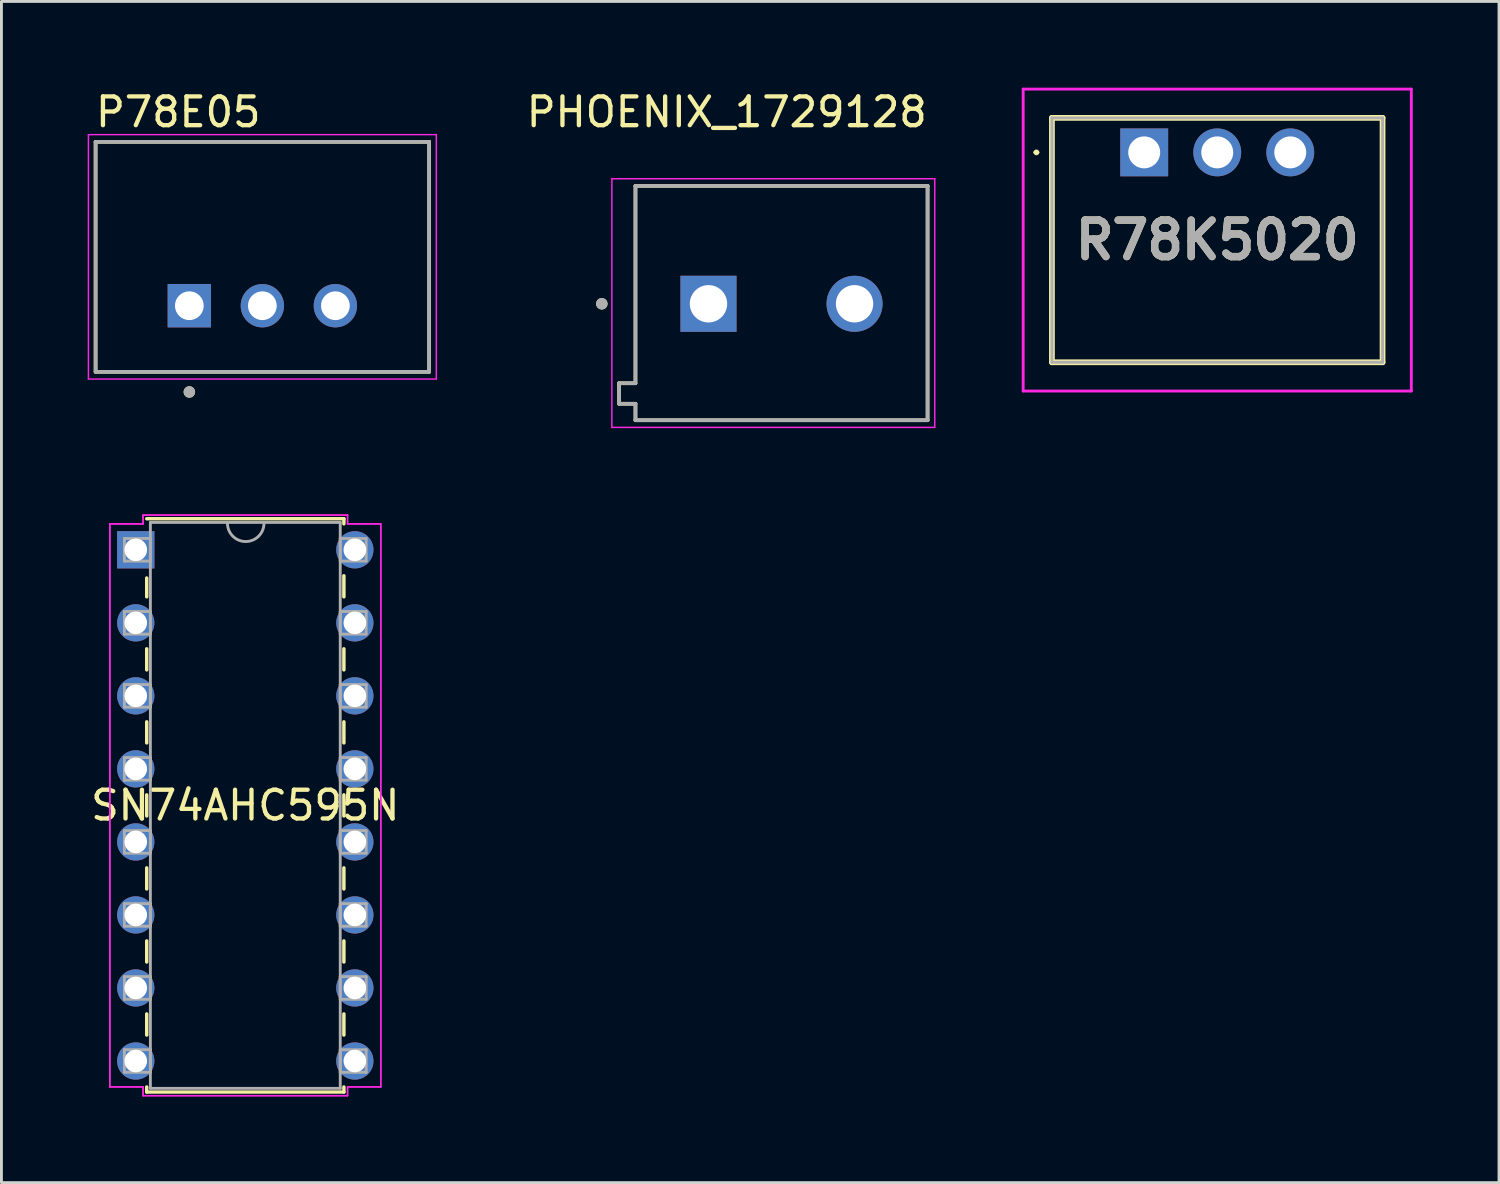
<source format=kicad_pcb>
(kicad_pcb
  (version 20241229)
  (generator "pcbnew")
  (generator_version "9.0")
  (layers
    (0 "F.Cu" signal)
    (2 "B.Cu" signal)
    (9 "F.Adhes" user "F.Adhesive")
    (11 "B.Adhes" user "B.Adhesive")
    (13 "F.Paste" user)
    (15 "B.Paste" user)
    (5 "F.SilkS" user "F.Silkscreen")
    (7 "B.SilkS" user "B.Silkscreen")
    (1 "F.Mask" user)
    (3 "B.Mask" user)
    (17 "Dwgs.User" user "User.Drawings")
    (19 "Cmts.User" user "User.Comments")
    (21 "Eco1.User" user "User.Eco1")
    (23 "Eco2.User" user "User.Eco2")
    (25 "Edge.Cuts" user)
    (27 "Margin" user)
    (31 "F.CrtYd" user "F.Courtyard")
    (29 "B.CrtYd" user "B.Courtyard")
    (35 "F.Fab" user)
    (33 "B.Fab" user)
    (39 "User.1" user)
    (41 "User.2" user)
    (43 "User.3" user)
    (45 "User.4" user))
  (footprint "P78E05"
    (layer "F.Cu")
    (at 6.075 7.583)
    (property "Reference" "P78E05" (at -2.925 -6.735 0) (layer "F.SilkS") (effects (font (size 1 1) (thickness 0.15))))
    (attr through_hole)
    (fp_line (start -5.8 -5.7) (end 5.8 -5.7) (stroke (width 0.127) (type solid)) (layer "F.SilkS"))
    (fp_line (start -5.8 2.3) (end -5.8 -5.7) (stroke (width 0.127) (type solid)) (layer "F.SilkS"))
    (fp_line (start 5.8 -5.7) (end 5.8 2.3) (stroke (width 0.127) (type solid)) (layer "F.SilkS"))
    (fp_line (start 5.8 2.3) (end -5.8 2.3) (stroke (width 0.127) (type solid)) (layer "F.SilkS"))
    (fp_circle (center -2.54 3) (end -2.44 3) (stroke (width 0.2) (type solid)) (fill no) (layer "F.SilkS"))
    (fp_line (start -6.05 -5.95) (end 6.05 -5.95) (stroke (width 0.05) (type solid)) (layer "F.CrtYd"))
    (fp_line (start -6.05 2.55) (end -6.05 -5.95) (stroke (width 0.05) (type solid)) (layer "F.CrtYd"))
    (fp_line (start 6.05 -5.95) (end 6.05 2.55) (stroke (width 0.05) (type solid)) (layer "F.CrtYd"))
    (fp_line (start 6.05 2.55) (end -6.05 2.55) (stroke (width 0.05) (type solid)) (layer "F.CrtYd"))
    (fp_line (start -5.8 -5.7) (end 5.8 -5.7) (stroke (width 0.127) (type solid)) (layer "F.Fab"))
    (fp_line (start -5.8 2.3) (end -5.8 -5.7) (stroke (width 0.127) (type solid)) (layer "F.Fab"))
    (fp_line (start 5.8 -5.7) (end 5.8 2.3) (stroke (width 0.127) (type solid)) (layer "F.Fab"))
    (fp_line (start 5.8 2.3) (end -5.8 2.3) (stroke (width 0.127) (type solid)) (layer "F.Fab"))
    (fp_circle (center -2.54 3) (end -2.44 3) (stroke (width 0.2) (type solid)) (fill no) (layer "F.Fab"))
    (pad "1" thru_hole rect (at -2.54 0) (size 1.508 1.508) (drill 1) (layers "*.Cu" "*.Mask"))
    (pad "2" thru_hole circle (at 0 0) (size 1.508 1.508) (drill 1) (layers "*.Cu" "*.Mask"))
    (pad "3" thru_hole circle (at 2.54 0) (size 1.508 1.508) (drill 1) (layers "*.Cu" "*.Mask")))
  (footprint "SN74AHC595N"
    (layer "F.Cu")
    (at 5.482 15.12)
    (property "Reference" "SN74AHC595N" (at 0 9.842 0) (layer "F.SilkS") (effects (font (size 1 1) (thickness 0.15))))
    (attr through_hole)
    (fp_line (start -3.429 1.933) (end -3.429 2.589) (stroke (width 0.12) (type solid)) (layer "F.SilkS"))
    (fp_line (start -3.429 4.396) (end -3.429 5.129) (stroke (width 0.12) (type solid)) (layer "F.SilkS"))
    (fp_line (start -3.429 6.936) (end -3.429 7.669) (stroke (width 0.12) (type solid)) (layer "F.SilkS"))
    (fp_line (start -3.429 9.476) (end -3.429 10.209) (stroke (width 0.12) (type solid)) (layer "F.SilkS"))
    (fp_line (start -3.429 12.016) (end -3.429 12.749) (stroke (width 0.12) (type solid)) (layer "F.SilkS"))
    (fp_line (start -3.429 14.556) (end -3.429 15.289) (stroke (width 0.12) (type solid)) (layer "F.SilkS"))
    (fp_line (start -3.429 17.096) (end -3.429 17.829) (stroke (width 0.12) (type solid)) (layer "F.SilkS"))
    (fp_line (start -3.429 19.636) (end -3.429 19.812) (stroke (width 0.12) (type solid)) (layer "F.SilkS"))
    (fp_line (start -3.429 19.812) (end 3.429 19.812) (stroke (width 0.12) (type solid)) (layer "F.SilkS"))
    (fp_line (start 3.429 -0.127) (end -3.429 -0.127) (stroke (width 0.12) (type solid)) (layer "F.SilkS"))
    (fp_line (start 3.429 0.049) (end 3.429 -0.127) (stroke (width 0.12) (type solid)) (layer "F.SilkS"))
    (fp_line (start 3.429 2.589) (end 3.429 1.856) (stroke (width 0.12) (type solid)) (layer "F.SilkS"))
    (fp_line (start 3.429 5.129) (end 3.429 4.396) (stroke (width 0.12) (type solid)) (layer "F.SilkS"))
    (fp_line (start 3.429 7.669) (end 3.429 6.936) (stroke (width 0.12) (type solid)) (layer "F.SilkS"))
    (fp_line (start 3.429 10.209) (end 3.429 9.476) (stroke (width 0.12) (type solid)) (layer "F.SilkS"))
    (fp_line (start 3.429 12.749) (end 3.429 12.016) (stroke (width 0.12) (type solid)) (layer "F.SilkS"))
    (fp_line (start 3.429 15.289) (end 3.429 14.556) (stroke (width 0.12) (type solid)) (layer "F.SilkS"))
    (fp_line (start 3.429 17.829) (end 3.429 17.096) (stroke (width 0.12) (type solid)) (layer "F.SilkS"))
    (fp_line (start 3.429 19.812) (end 3.429 19.636) (stroke (width 0.12) (type solid)) (layer "F.SilkS"))
    (fp_line (start -4.712 0.051) (end -4.712 19.634) (stroke (width 0.05) (type solid)) (layer "F.CrtYd"))
    (fp_line (start -4.712 0.051) (end -3.556 0.051) (stroke (width 0.05) (type solid)) (layer "F.CrtYd"))
    (fp_line (start -4.712 19.634) (end -4.712 0.051) (stroke (width 0.05) (type solid)) (layer "F.CrtYd"))
    (fp_line (start -4.712 19.634) (end -3.556 19.634) (stroke (width 0.05) (type solid)) (layer "F.CrtYd"))
    (fp_line (start -3.556 -0.254) (end -3.556 0.051) (stroke (width 0.05) (type solid)) (layer "F.CrtYd"))
    (fp_line (start -3.556 -0.254) (end 3.556 -0.254) (stroke (width 0.05) (type solid)) (layer "F.CrtYd"))
    (fp_line (start -3.556 0.051) (end -4.712 0.051) (stroke (width 0.05) (type solid)) (layer "F.CrtYd"))
    (fp_line (start -3.556 0.051) (end -3.556 -0.254) (stroke (width 0.05) (type solid)) (layer "F.CrtYd"))
    (fp_line (start -3.556 19.634) (end -4.712 19.634) (stroke (width 0.05) (type solid)) (layer "F.CrtYd"))
    (fp_line (start -3.556 19.634) (end -3.556 19.939) (stroke (width 0.05) (type solid)) (layer "F.CrtYd"))
    (fp_line (start -3.556 19.939) (end -3.556 19.634) (stroke (width 0.05) (type solid)) (layer "F.CrtYd"))
    (fp_line (start -3.556 19.939) (end 3.556 19.939) (stroke (width 0.05) (type solid)) (layer "F.CrtYd"))
    (fp_line (start 3.556 -0.254) (end -3.556 -0.254) (stroke (width 0.05) (type solid)) (layer "F.CrtYd"))
    (fp_line (start 3.556 -0.254) (end 3.556 0.051) (stroke (width 0.05) (type solid)) (layer "F.CrtYd"))
    (fp_line (start 3.556 0.051) (end 3.556 -0.254) (stroke (width 0.05) (type solid)) (layer "F.CrtYd"))
    (fp_line (start 3.556 19.634) (end 3.556 19.939) (stroke (width 0.05) (type solid)) (layer "F.CrtYd"))
    (fp_line (start 3.556 19.634) (end 4.712 19.634) (stroke (width 0.05) (type solid)) (layer "F.CrtYd"))
    (fp_line (start 3.556 19.939) (end -3.556 19.939) (stroke (width 0.05) (type solid)) (layer "F.CrtYd"))
    (fp_line (start 3.556 19.939) (end 3.556 19.634) (stroke (width 0.05) (type solid)) (layer "F.CrtYd"))
    (fp_line (start 4.712 0.051) (end 3.556 0.051) (stroke (width 0.05) (type solid)) (layer "F.CrtYd"))
    (fp_line (start 4.712 0.051) (end 3.556 0.051) (stroke (width 0.05) (type solid)) (layer "F.CrtYd"))
    (fp_line (start 4.712 0.051) (end 4.712 19.634) (stroke (width 0.05) (type solid)) (layer "F.CrtYd"))
    (fp_line (start 4.712 19.634) (end 3.556 19.634) (stroke (width 0.05) (type solid)) (layer "F.CrtYd"))
    (fp_line (start 4.712 19.634) (end 4.712 0.051) (stroke (width 0.05) (type solid)) (layer "F.CrtYd"))
    (fp_line (start -4.204 0.559) (end -4.204 1.346) (stroke (width 0.1) (type solid)) (layer "F.Fab"))
    (fp_line (start -4.204 1.346) (end -3.302 1.346) (stroke (width 0.1) (type solid)) (layer "F.Fab"))
    (fp_line (start -4.204 3.099) (end -4.204 3.886) (stroke (width 0.1) (type solid)) (layer "F.Fab"))
    (fp_line (start -4.204 3.886) (end -3.302 3.886) (stroke (width 0.1) (type solid)) (layer "F.Fab"))
    (fp_line (start -4.204 5.639) (end -4.204 6.426) (stroke (width 0.1) (type solid)) (layer "F.Fab"))
    (fp_line (start -4.204 6.426) (end -3.302 6.426) (stroke (width 0.1) (type solid)) (layer "F.Fab"))
    (fp_line (start -4.204 8.179) (end -4.204 8.966) (stroke (width 0.1) (type solid)) (layer "F.Fab"))
    (fp_line (start -4.204 8.966) (end -3.302 8.966) (stroke (width 0.1) (type solid)) (layer "F.Fab"))
    (fp_line (start -4.204 10.719) (end -4.204 11.506) (stroke (width 0.1) (type solid)) (layer "F.Fab"))
    (fp_line (start -4.204 11.506) (end -3.302 11.506) (stroke (width 0.1) (type solid)) (layer "F.Fab"))
    (fp_line (start -4.204 13.259) (end -4.204 14.046) (stroke (width 0.1) (type solid)) (layer "F.Fab"))
    (fp_line (start -4.204 14.046) (end -3.302 14.046) (stroke (width 0.1) (type solid)) (layer "F.Fab"))
    (fp_line (start -4.204 15.799) (end -4.204 16.586) (stroke (width 0.1) (type solid)) (layer "F.Fab"))
    (fp_line (start -4.204 16.586) (end -3.302 16.586) (stroke (width 0.1) (type solid)) (layer "F.Fab"))
    (fp_line (start -4.204 18.339) (end -4.204 19.126) (stroke (width 0.1) (type solid)) (layer "F.Fab"))
    (fp_line (start -4.204 19.126) (end -3.302 19.126) (stroke (width 0.1) (type solid)) (layer "F.Fab"))
    (fp_line (start -3.302 0) (end -3.302 19.685) (stroke (width 0.1) (type solid)) (layer "F.Fab"))
    (fp_line (start -3.302 0.559) (end -4.204 0.559) (stroke (width 0.1) (type solid)) (layer "F.Fab"))
    (fp_line (start -3.302 1.346) (end -3.302 0.559) (stroke (width 0.1) (type solid)) (layer "F.Fab"))
    (fp_line (start -3.302 3.099) (end -4.204 3.099) (stroke (width 0.1) (type solid)) (layer "F.Fab"))
    (fp_line (start -3.302 3.886) (end -3.302 3.099) (stroke (width 0.1) (type solid)) (layer "F.Fab"))
    (fp_line (start -3.302 5.639) (end -4.204 5.639) (stroke (width 0.1) (type solid)) (layer "F.Fab"))
    (fp_line (start -3.302 6.426) (end -3.302 5.639) (stroke (width 0.1) (type solid)) (layer "F.Fab"))
    (fp_line (start -3.302 8.179) (end -4.204 8.179) (stroke (width 0.1) (type solid)) (layer "F.Fab"))
    (fp_line (start -3.302 8.966) (end -3.302 8.179) (stroke (width 0.1) (type solid)) (layer "F.Fab"))
    (fp_line (start -3.302 10.719) (end -4.204 10.719) (stroke (width 0.1) (type solid)) (layer "F.Fab"))
    (fp_line (start -3.302 11.506) (end -3.302 10.719) (stroke (width 0.1) (type solid)) (layer "F.Fab"))
    (fp_line (start -3.302 13.259) (end -4.204 13.259) (stroke (width 0.1) (type solid)) (layer "F.Fab"))
    (fp_line (start -3.302 14.046) (end -3.302 13.259) (stroke (width 0.1) (type solid)) (layer "F.Fab"))
    (fp_line (start -3.302 15.799) (end -4.204 15.799) (stroke (width 0.1) (type solid)) (layer "F.Fab"))
    (fp_line (start -3.302 16.586) (end -3.302 15.799) (stroke (width 0.1) (type solid)) (layer "F.Fab"))
    (fp_line (start -3.302 18.339) (end -4.204 18.339) (stroke (width 0.1) (type solid)) (layer "F.Fab"))
    (fp_line (start -3.302 19.126) (end -3.302 18.339) (stroke (width 0.1) (type solid)) (layer "F.Fab"))
    (fp_line (start -3.302 19.685) (end 3.302 19.685) (stroke (width 0.1) (type solid)) (layer "F.Fab"))
    (fp_line (start 3.302 0) (end -3.302 0) (stroke (width 0.1) (type solid)) (layer "F.Fab"))
    (fp_line (start 3.302 0.559) (end 3.302 1.346) (stroke (width 0.1) (type solid)) (layer "F.Fab"))
    (fp_line (start 3.302 1.346) (end 4.204 1.346) (stroke (width 0.1) (type solid)) (layer "F.Fab"))
    (fp_line (start 3.302 3.099) (end 3.302 3.886) (stroke (width 0.1) (type solid)) (layer "F.Fab"))
    (fp_line (start 3.302 3.886) (end 4.204 3.886) (stroke (width 0.1) (type solid)) (layer "F.Fab"))
    (fp_line (start 3.302 5.639) (end 3.302 6.426) (stroke (width 0.1) (type solid)) (layer "F.Fab"))
    (fp_line (start 3.302 6.426) (end 4.204 6.426) (stroke (width 0.1) (type solid)) (layer "F.Fab"))
    (fp_line (start 3.302 8.179) (end 3.302 8.966) (stroke (width 0.1) (type solid)) (layer "F.Fab"))
    (fp_line (start 3.302 8.966) (end 4.204 8.966) (stroke (width 0.1) (type solid)) (layer "F.Fab"))
    (fp_line (start 3.302 10.719) (end 3.302 11.506) (stroke (width 0.1) (type solid)) (layer "F.Fab"))
    (fp_line (start 3.302 11.506) (end 4.204 11.506) (stroke (width 0.1) (type solid)) (layer "F.Fab"))
    (fp_line (start 3.302 13.259) (end 3.302 14.046) (stroke (width 0.1) (type solid)) (layer "F.Fab"))
    (fp_line (start 3.302 14.046) (end 4.204 14.046) (stroke (width 0.1) (type solid)) (layer "F.Fab"))
    (fp_line (start 3.302 15.799) (end 3.302 16.586) (stroke (width 0.1) (type solid)) (layer "F.Fab"))
    (fp_line (start 3.302 16.586) (end 4.204 16.586) (stroke (width 0.1) (type solid)) (layer "F.Fab"))
    (fp_line (start 3.302 18.339) (end 3.302 19.126) (stroke (width 0.1) (type solid)) (layer "F.Fab"))
    (fp_line (start 3.302 19.126) (end 4.204 19.126) (stroke (width 0.1) (type solid)) (layer "F.Fab"))
    (fp_line (start 3.302 19.685) (end 3.302 0) (stroke (width 0.1) (type solid)) (layer "F.Fab"))
    (fp_line (start 4.204 0.559) (end 3.302 0.559) (stroke (width 0.1) (type solid)) (layer "F.Fab"))
    (fp_line (start 4.204 1.346) (end 4.204 0.559) (stroke (width 0.1) (type solid)) (layer "F.Fab"))
    (fp_line (start 4.204 3.099) (end 3.302 3.099) (stroke (width 0.1) (type solid)) (layer "F.Fab"))
    (fp_line (start 4.204 3.886) (end 4.204 3.099) (stroke (width 0.1) (type solid)) (layer "F.Fab"))
    (fp_line (start 4.204 5.639) (end 3.302 5.639) (stroke (width 0.1) (type solid)) (layer "F.Fab"))
    (fp_line (start 4.204 6.426) (end 4.204 5.639) (stroke (width 0.1) (type solid)) (layer "F.Fab"))
    (fp_line (start 4.204 8.179) (end 3.302 8.179) (stroke (width 0.1) (type solid)) (layer "F.Fab"))
    (fp_line (start 4.204 8.966) (end 4.204 8.179) (stroke (width 0.1) (type solid)) (layer "F.Fab"))
    (fp_line (start 4.204 10.719) (end 3.302 10.719) (stroke (width 0.1) (type solid)) (layer "F.Fab"))
    (fp_line (start 4.204 11.506) (end 4.204 10.719) (stroke (width 0.1) (type solid)) (layer "F.Fab"))
    (fp_line (start 4.204 13.259) (end 3.302 13.259) (stroke (width 0.1) (type solid)) (layer "F.Fab"))
    (fp_line (start 4.204 14.046) (end 4.204 13.259) (stroke (width 0.1) (type solid)) (layer "F.Fab"))
    (fp_line (start 4.204 15.799) (end 3.302 15.799) (stroke (width 0.1) (type solid)) (layer "F.Fab"))
    (fp_line (start 4.204 16.586) (end 4.204 15.799) (stroke (width 0.1) (type solid)) (layer "F.Fab"))
    (fp_line (start 4.204 18.339) (end 3.302 18.339) (stroke (width 0.1) (type solid)) (layer "F.Fab"))
    (fp_line (start 4.204 19.126) (end 4.204 18.339) (stroke (width 0.1) (type solid)) (layer "F.Fab"))
    (fp_arc (start 0.649442 0) (mid 0.014442 0.664769) (end -0.620558 0) (stroke (width 0.1) (type solid)) (layer "F.Fab"))
    (pad "1" thru_hole rect (at -3.81 0.953) (size 1.295 1.295) (drill 0.787) (layers "*.Cu" "*.Mask"))
    (pad "2" thru_hole circle (at -3.81 3.493) (size 1.295 1.295) (drill 0.787) (layers "*.Cu" "*.Mask"))
    (pad "3" thru_hole circle (at -3.81 6.032) (size 1.295 1.295) (drill 0.787) (layers "*.Cu" "*.Mask"))
    (pad "4" thru_hole circle (at -3.81 8.572) (size 1.295 1.295) (drill 0.787) (layers "*.Cu" "*.Mask"))
    (pad "5" thru_hole circle (at -3.81 11.113) (size 1.295 1.295) (drill 0.787) (layers "*.Cu" "*.Mask"))
    (pad "6" thru_hole circle (at -3.81 13.652) (size 1.295 1.295) (drill 0.787) (layers "*.Cu" "*.Mask"))
    (pad "7" thru_hole circle (at -3.81 16.192) (size 1.295 1.295) (drill 0.787) (layers "*.Cu" "*.Mask"))
    (pad "8" thru_hole circle (at -3.81 18.733) (size 1.295 1.295) (drill 0.787) (layers "*.Cu" "*.Mask"))
    (pad "9" thru_hole circle (at 3.81 18.733) (size 1.295 1.295) (drill 0.787) (layers "*.Cu" "*.Mask"))
    (pad "10" thru_hole circle (at 3.81 16.192) (size 1.295 1.295) (drill 0.787) (layers "*.Cu" "*.Mask"))
    (pad "11" thru_hole circle (at 3.81 13.652) (size 1.295 1.295) (drill 0.787) (layers "*.Cu" "*.Mask"))
    (pad "12" thru_hole circle (at 3.81 11.113) (size 1.295 1.295) (drill 0.787) (layers "*.Cu" "*.Mask"))
    (pad "13" thru_hole circle (at 3.81 8.572) (size 1.295 1.295) (drill 0.787) (layers "*.Cu" "*.Mask"))
    (pad "14" thru_hole circle (at 3.81 6.032) (size 1.295 1.295) (drill 0.787) (layers "*.Cu" "*.Mask"))
    (pad "15" thru_hole circle (at 3.81 3.493) (size 1.295 1.295) (drill 0.787) (layers "*.Cu" "*.Mask"))
    (pad "16" thru_hole circle (at 3.81 0.953) (size 1.295 1.295) (drill 0.787) (layers "*.Cu" "*.Mask")))
  (footprint "PHOENIX_1729128"
    (layer "F.Cu")
    (at 24.132 7.516)
    (property "Reference" "PHOENIX_1729128" (at -1.905 -6.668 0) (layer "F.SilkS") (effects (font (size 1 1) (thickness 0.15))))
    (attr through_hole)
    (fp_line (start -5.65 2.763) (end -5.08 2.763) (stroke (width 0.127) (type solid)) (layer "F.SilkS"))
    (fp_line (start -5.65 3.477) (end -5.65 2.763) (stroke (width 0.127) (type solid)) (layer "F.SilkS"))
    (fp_line (start -5.08 -4.1) (end 5.08 -4.1) (stroke (width 0.127) (type solid)) (layer "F.SilkS"))
    (fp_line (start -5.08 2.763) (end -5.08 -4.1) (stroke (width 0.127) (type solid)) (layer "F.SilkS"))
    (fp_line (start -5.08 3.477) (end -5.65 3.477) (stroke (width 0.127) (type solid)) (layer "F.SilkS"))
    (fp_line (start -5.08 4.05) (end -5.08 3.477) (stroke (width 0.127) (type solid)) (layer "F.SilkS"))
    (fp_line (start 5.08 -4.1) (end 5.08 4.05) (stroke (width 0.127) (type solid)) (layer "F.SilkS"))
    (fp_line (start 5.08 4.05) (end -5.08 4.05) (stroke (width 0.127) (type solid)) (layer "F.SilkS"))
    (fp_circle (center -6.25 0) (end -6.15 0) (stroke (width 0.2) (type solid)) (fill no) (layer "F.SilkS"))
    (fp_line (start -5.9 -4.35) (end -5.9 4.3) (stroke (width 0.05) (type solid)) (layer "F.CrtYd"))
    (fp_line (start -5.9 4.3) (end 5.33 4.3) (stroke (width 0.05) (type solid)) (layer "F.CrtYd"))
    (fp_line (start 5.33 -4.35) (end -5.9 -4.35) (stroke (width 0.05) (type solid)) (layer "F.CrtYd"))
    (fp_line (start 5.33 4.3) (end 5.33 -4.35) (stroke (width 0.05) (type solid)) (layer "F.CrtYd"))
    (fp_line (start -5.65 2.763) (end -5.08 2.763) (stroke (width 0.127) (type solid)) (layer "F.Fab"))
    (fp_line (start -5.65 3.477) (end -5.65 2.763) (stroke (width 0.127) (type solid)) (layer "F.Fab"))
    (fp_line (start -5.08 -4.1) (end 5.08 -4.1) (stroke (width 0.127) (type solid)) (layer "F.Fab"))
    (fp_line (start -5.08 2.763) (end -5.08 -4.1) (stroke (width 0.127) (type solid)) (layer "F.Fab"))
    (fp_line (start -5.08 3.477) (end -5.65 3.477) (stroke (width 0.127) (type solid)) (layer "F.Fab"))
    (fp_line (start -5.08 4.05) (end -5.08 3.477) (stroke (width 0.127) (type solid)) (layer "F.Fab"))
    (fp_line (start 5.08 -4.1) (end 5.08 4.05) (stroke (width 0.127) (type solid)) (layer "F.Fab"))
    (fp_line (start 5.08 4.05) (end -5.08 4.05) (stroke (width 0.127) (type solid)) (layer "F.Fab"))
    (fp_circle (center -6.25 0) (end -6.15 0) (stroke (width 0.2) (type solid)) (fill no) (layer "F.Fab"))
    (pad "1" thru_hole rect (at -2.54 0) (size 1.95 1.95) (drill 1.3) (layers "*.Cu" "*.Mask"))
    (pad "2" thru_hole circle (at 2.54 0) (size 1.95 1.95) (drill 1.3) (layers "*.Cu" "*.Mask")))
  (footprint "R78K5020"
    (layer "F.Cu")
    (at 36.747 2.25)
    (property "Reference" "R78K5020" (at 2.54 3.05 0) (layer "F.SilkS") (effects (font (size 1.27 1.27) (thickness 0.254))))
    (attr through_hole)
    (fp_line (start -3.8 0) (end -3.8 0) (stroke (width 0.1) (type solid)) (layer "F.SilkS"))
    (fp_line (start -3.7 0) (end -3.7 0) (stroke (width 0.1) (type solid)) (layer "F.SilkS"))
    (fp_line (start -3.21 -1.2) (end 8.29 -1.2) (stroke (width 0.2) (type solid)) (layer "F.SilkS"))
    (fp_line (start -3.21 7.3) (end -3.21 -1.2) (stroke (width 0.2) (type solid)) (layer "F.SilkS"))
    (fp_line (start 8.29 -1.2) (end 8.29 7.3) (stroke (width 0.2) (type solid)) (layer "F.SilkS"))
    (fp_line (start 8.29 7.3) (end -3.21 7.3) (stroke (width 0.2) (type solid)) (layer "F.SilkS"))
    (fp_arc (start -3.8 0) (mid -3.75 -0.05) (end -3.7 0) (stroke (width 0.1) (type solid)) (layer "F.SilkS"))
    (fp_arc (start -3.7 0) (mid -3.75 0.05) (end -3.8 0) (stroke (width 0.1) (type solid)) (layer "F.SilkS"))
    (fp_line (start -4.21 -2.2) (end 9.29 -2.2) (stroke (width 0.1) (type solid)) (layer "F.CrtYd"))
    (fp_line (start -4.21 8.3) (end -4.21 -2.2) (stroke (width 0.1) (type solid)) (layer "F.CrtYd"))
    (fp_line (start 9.29 -2.2) (end 9.29 8.3) (stroke (width 0.1) (type solid)) (layer "F.CrtYd"))
    (fp_line (start 9.29 8.3) (end -4.21 8.3) (stroke (width 0.1) (type solid)) (layer "F.CrtYd"))
    (fp_line (start -3.21 -1.2) (end 8.29 -1.2) (stroke (width 0.1) (type solid)) (layer "F.Fab"))
    (fp_line (start -3.21 7.3) (end -3.21 -1.2) (stroke (width 0.1) (type solid)) (layer "F.Fab"))
    (fp_line (start 8.29 -1.2) (end 8.29 7.3) (stroke (width 0.1) (type solid)) (layer "F.Fab"))
    (fp_line (start 8.29 7.3) (end -3.21 7.3) (stroke (width 0.1) (type solid)) (layer "F.Fab"))
    (fp_text user "${REFERENCE}" (at 2.54 3.05 0) (layer "F.Fab") (effects (font (size 1.27 1.27) (thickness 0.254))))
    (pad "1" thru_hole rect (at 0 0) (size 1.665 1.665) (drill 1.11) (layers "*.Cu" "*.Mask"))
    (pad "2" thru_hole circle (at 2.54 0) (size 1.665 1.665) (drill 1.11) (layers "*.Cu" "*.Mask"))
    (pad "3" thru_hole circle (at 5.08 0) (size 1.665 1.665) (drill 1.11) (layers "*.Cu" "*.Mask")))
  (gr_rect
    (start -3 -3)
    (end 49.087 38.084)
    (stroke (width 0.1) (type default))
    (fill no)
    (layer "Edge.Cuts")))
</source>
